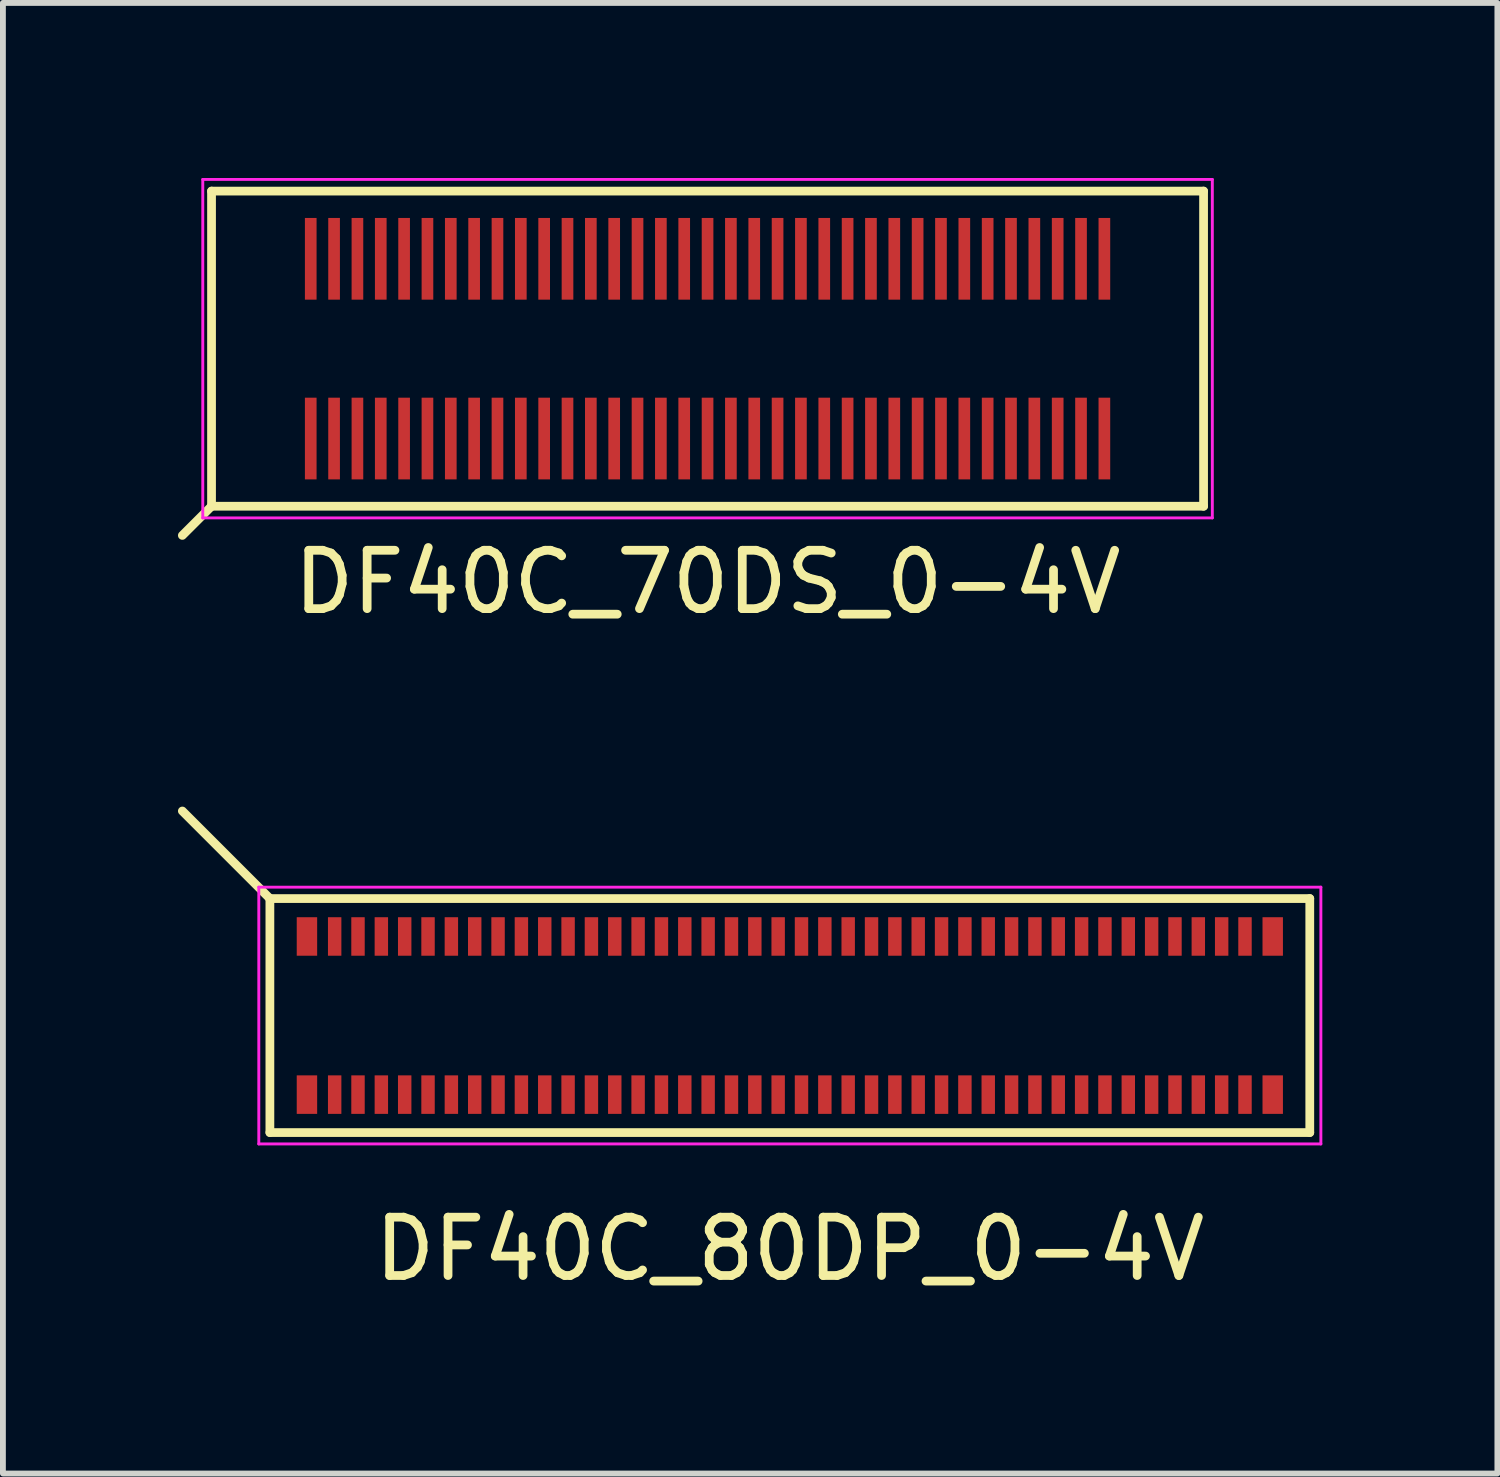
<source format=kicad_pcb>
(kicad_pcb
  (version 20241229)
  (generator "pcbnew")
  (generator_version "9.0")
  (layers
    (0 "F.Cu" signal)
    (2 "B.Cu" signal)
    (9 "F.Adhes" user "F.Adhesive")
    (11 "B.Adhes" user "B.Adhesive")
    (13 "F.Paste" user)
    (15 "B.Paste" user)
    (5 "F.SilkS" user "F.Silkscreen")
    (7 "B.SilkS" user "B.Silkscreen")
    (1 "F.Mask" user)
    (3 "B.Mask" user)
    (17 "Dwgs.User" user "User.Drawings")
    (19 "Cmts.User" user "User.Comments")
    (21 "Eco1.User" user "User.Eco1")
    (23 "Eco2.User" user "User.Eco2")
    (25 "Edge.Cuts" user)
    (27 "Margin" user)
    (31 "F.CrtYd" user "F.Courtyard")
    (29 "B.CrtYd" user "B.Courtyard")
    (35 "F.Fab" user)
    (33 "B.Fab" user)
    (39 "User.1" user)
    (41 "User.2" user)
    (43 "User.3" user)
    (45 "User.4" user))
  (footprint "DF40C_70DS_0-4V"
    (layer "F.Cu")
    (at 9.075 2.925)
    (property "Reference" "DF40C_70DS_0-4V" (at 0 4 0) (layer "F.SilkS") (effects (font (size 1 1) (thickness 0.15))))
    (attr smd)
    (fp_line (start -8.5 -2.7) (end -8.5 2.7) (stroke (width 0.15) (type solid)) (layer "F.SilkS"))
    (fp_line (start -8.5 -2.7) (end 8.5 -2.7) (stroke (width 0.15) (type solid)) (layer "F.SilkS"))
    (fp_line (start -8.5 2.7) (end -9 3.2) (stroke (width 0.15) (type solid)) (layer "F.SilkS"))
    (fp_line (start 8.5 2.7) (end -8.5 2.7) (stroke (width 0.15) (type solid)) (layer "F.SilkS"))
    (fp_line (start 8.5 2.7) (end 8.5 -2.7) (stroke (width 0.15) (type solid)) (layer "F.SilkS"))
    (fp_line (start -8.65 -2.9) (end -8.65 2.9) (stroke (width 0.05) (type solid)) (layer "F.CrtYd"))
    (fp_line (start -8.65 -2.9) (end 8.65 -2.9) (stroke (width 0.05) (type solid)) (layer "F.CrtYd"))
    (fp_line (start 8.65 2.9) (end -8.65 2.9) (stroke (width 0.05) (type solid)) (layer "F.CrtYd"))
    (fp_line (start 8.65 2.9) (end 8.65 -2.9) (stroke (width 0.05) (type solid)) (layer "F.CrtYd"))
    (pad "1" smd rect (at -6.8 1.54) (size 0.2 1.4) (layers "F.Cu" "F.Mask" "F.Paste"))
    (pad "2" smd rect (at -6.8 -1.54) (size 0.2 1.4) (layers "F.Cu" "F.Mask" "F.Paste"))
    (pad "3" smd rect (at -6.4 1.54) (size 0.2 1.4) (layers "F.Cu" "F.Mask" "F.Paste"))
    (pad "4" smd rect (at -6.4 -1.54) (size 0.2 1.4) (layers "F.Cu" "F.Mask" "F.Paste"))
    (pad "5" smd rect (at -6 1.54) (size 0.2 1.4) (layers "F.Cu" "F.Mask" "F.Paste"))
    (pad "6" smd rect (at -6 -1.54) (size 0.2 1.4) (layers "F.Cu" "F.Mask" "F.Paste"))
    (pad "7" smd rect (at -5.6 1.54) (size 0.2 1.4) (layers "F.Cu" "F.Mask" "F.Paste"))
    (pad "8" smd rect (at -5.6 -1.54) (size 0.2 1.4) (layers "F.Cu" "F.Mask" "F.Paste"))
    (pad "9" smd rect (at -5.2 1.54) (size 0.2 1.4) (layers "F.Cu" "F.Mask" "F.Paste"))
    (pad "10" smd rect (at -5.2 -1.54) (size 0.2 1.4) (layers "F.Cu" "F.Mask" "F.Paste"))
    (pad "11" smd rect (at -4.8 1.54) (size 0.2 1.4) (layers "F.Cu" "F.Mask" "F.Paste"))
    (pad "12" smd rect (at -4.8 -1.54) (size 0.2 1.4) (layers "F.Cu" "F.Mask" "F.Paste"))
    (pad "13" smd rect (at -4.4 1.54) (size 0.2 1.4) (layers "F.Cu" "F.Mask" "F.Paste"))
    (pad "14" smd rect (at -4.4 -1.54) (size 0.2 1.4) (layers "F.Cu" "F.Mask" "F.Paste"))
    (pad "15" smd rect (at -4 1.54) (size 0.2 1.4) (layers "F.Cu" "F.Mask" "F.Paste"))
    (pad "16" smd rect (at -4 -1.54) (size 0.2 1.4) (layers "F.Cu" "F.Mask" "F.Paste"))
    (pad "17" smd rect (at -3.6 1.54) (size 0.2 1.4) (layers "F.Cu" "F.Mask" "F.Paste"))
    (pad "18" smd rect (at -3.6 -1.54) (size 0.2 1.4) (layers "F.Cu" "F.Mask" "F.Paste"))
    (pad "19" smd rect (at -3.2 1.54) (size 0.2 1.4) (layers "F.Cu" "F.Mask" "F.Paste"))
    (pad "20" smd rect (at -3.2 -1.54) (size 0.2 1.4) (layers "F.Cu" "F.Mask" "F.Paste"))
    (pad "21" smd rect (at -2.8 1.54) (size 0.2 1.4) (layers "F.Cu" "F.Mask" "F.Paste"))
    (pad "22" smd rect (at -2.8 -1.54) (size 0.2 1.4) (layers "F.Cu" "F.Mask" "F.Paste"))
    (pad "23" smd rect (at -2.4 1.54) (size 0.2 1.4) (layers "F.Cu" "F.Mask" "F.Paste"))
    (pad "24" smd rect (at -2.4 -1.54) (size 0.2 1.4) (layers "F.Cu" "F.Mask" "F.Paste"))
    (pad "25" smd rect (at -2 1.54) (size 0.2 1.4) (layers "F.Cu" "F.Mask" "F.Paste"))
    (pad "26" smd rect (at -2 -1.54) (size 0.2 1.4) (layers "F.Cu" "F.Mask" "F.Paste"))
    (pad "27" smd rect (at -1.6 1.54) (size 0.2 1.4) (layers "F.Cu" "F.Mask" "F.Paste"))
    (pad "28" smd rect (at -1.6 -1.54) (size 0.2 1.4) (layers "F.Cu" "F.Mask" "F.Paste"))
    (pad "29" smd rect (at -1.2 1.54) (size 0.2 1.4) (layers "F.Cu" "F.Mask" "F.Paste"))
    (pad "30" smd rect (at -1.2 -1.54) (size 0.2 1.4) (layers "F.Cu" "F.Mask" "F.Paste"))
    (pad "31" smd rect (at -0.8 1.54) (size 0.2 1.4) (layers "F.Cu" "F.Mask" "F.Paste"))
    (pad "32" smd rect (at -0.8 -1.54) (size 0.2 1.4) (layers "F.Cu" "F.Mask" "F.Paste"))
    (pad "33" smd rect (at -0.4 1.54) (size 0.2 1.4) (layers "F.Cu" "F.Mask" "F.Paste"))
    (pad "34" smd rect (at -0.4 -1.54) (size 0.2 1.4) (layers "F.Cu" "F.Mask" "F.Paste"))
    (pad "35" smd rect (at 0 1.54) (size 0.2 1.4) (layers "F.Cu" "F.Mask" "F.Paste"))
    (pad "36" smd rect (at 0 -1.54) (size 0.2 1.4) (layers "F.Cu" "F.Mask" "F.Paste"))
    (pad "37" smd rect (at 0.4 1.54) (size 0.2 1.4) (layers "F.Cu" "F.Mask" "F.Paste"))
    (pad "38" smd rect (at 0.4 -1.54) (size 0.2 1.4) (layers "F.Cu" "F.Mask" "F.Paste"))
    (pad "39" smd rect (at 0.8 1.54) (size 0.2 1.4) (layers "F.Cu" "F.Mask" "F.Paste"))
    (pad "40" smd rect (at 0.8 -1.54) (size 0.2 1.4) (layers "F.Cu" "F.Mask" "F.Paste"))
    (pad "41" smd rect (at 1.2 1.54) (size 0.2 1.4) (layers "F.Cu" "F.Mask" "F.Paste"))
    (pad "42" smd rect (at 1.2 -1.54) (size 0.2 1.4) (layers "F.Cu" "F.Mask" "F.Paste"))
    (pad "43" smd rect (at 1.6 1.54) (size 0.2 1.4) (layers "F.Cu" "F.Mask" "F.Paste"))
    (pad "44" smd rect (at 1.6 -1.54) (size 0.2 1.4) (layers "F.Cu" "F.Mask" "F.Paste"))
    (pad "45" smd rect (at 2 1.54) (size 0.2 1.4) (layers "F.Cu" "F.Mask" "F.Paste"))
    (pad "46" smd rect (at 2 -1.54) (size 0.2 1.4) (layers "F.Cu" "F.Mask" "F.Paste"))
    (pad "47" smd rect (at 2.4 1.54) (size 0.2 1.4) (layers "F.Cu" "F.Mask" "F.Paste"))
    (pad "48" smd rect (at 2.4 -1.54) (size 0.2 1.4) (layers "F.Cu" "F.Mask" "F.Paste"))
    (pad "49" smd rect (at 2.8 1.54) (size 0.2 1.4) (layers "F.Cu" "F.Mask" "F.Paste"))
    (pad "50" smd rect (at 2.8 -1.54) (size 0.2 1.4) (layers "F.Cu" "F.Mask" "F.Paste"))
    (pad "51" smd rect (at 3.2 1.54) (size 0.2 1.4) (layers "F.Cu" "F.Mask" "F.Paste"))
    (pad "52" smd rect (at 3.2 -1.54) (size 0.2 1.4) (layers "F.Cu" "F.Mask" "F.Paste"))
    (pad "53" smd rect (at 3.6 1.54) (size 0.2 1.4) (layers "F.Cu" "F.Mask" "F.Paste"))
    (pad "54" smd rect (at 3.6 -1.54) (size 0.2 1.4) (layers "F.Cu" "F.Mask" "F.Paste"))
    (pad "55" smd rect (at 4 1.54) (size 0.2 1.4) (layers "F.Cu" "F.Mask" "F.Paste"))
    (pad "56" smd rect (at 4 -1.54) (size 0.2 1.4) (layers "F.Cu" "F.Mask" "F.Paste"))
    (pad "57" smd rect (at 4.4 1.54) (size 0.2 1.4) (layers "F.Cu" "F.Mask" "F.Paste"))
    (pad "58" smd rect (at 4.4 -1.54) (size 0.2 1.4) (layers "F.Cu" "F.Mask" "F.Paste"))
    (pad "59" smd rect (at 4.8 1.54) (size 0.2 1.4) (layers "F.Cu" "F.Mask" "F.Paste"))
    (pad "60" smd rect (at 4.8 -1.54) (size 0.2 1.4) (layers "F.Cu" "F.Mask" "F.Paste"))
    (pad "61" smd rect (at 5.2 1.54) (size 0.2 1.4) (layers "F.Cu" "F.Mask" "F.Paste"))
    (pad "62" smd rect (at 5.2 -1.54) (size 0.2 1.4) (layers "F.Cu" "F.Mask" "F.Paste"))
    (pad "63" smd rect (at 5.6 1.54) (size 0.2 1.4) (layers "F.Cu" "F.Mask" "F.Paste"))
    (pad "64" smd rect (at 5.6 -1.54) (size 0.2 1.4) (layers "F.Cu" "F.Mask" "F.Paste"))
    (pad "65" smd rect (at 6 1.54) (size 0.2 1.4) (layers "F.Cu" "F.Mask" "F.Paste"))
    (pad "66" smd rect (at 6 -1.54) (size 0.2 1.4) (layers "F.Cu" "F.Mask" "F.Paste"))
    (pad "67" smd rect (at 6.4 1.54) (size 0.2 1.4) (layers "F.Cu" "F.Mask" "F.Paste"))
    (pad "68" smd rect (at 6.4 -1.54) (size 0.2 1.4) (layers "F.Cu" "F.Mask" "F.Paste"))
    (pad "69" smd rect (at 6.8 1.54) (size 0.2 1.4) (layers "F.Cu" "F.Mask" "F.Paste"))
    (pad "70" smd rect (at 6.8 -1.54) (size 0.2 1.4) (layers "F.Cu" "F.Mask" "F.Paste")))
  (footprint "DF40C_80DP_0-4V"
    (layer "F.Cu")
    (at 10.485 14.353)
    (property "Reference" "DF40C_80DP_0-4V" (at 0 4 0) (layer "F.SilkS") (effects (font (size 1 1) (thickness 0.15))))
    (attr smd)
    (fp_line (start -8.91 -2.005) (end -10.41 -3.505) (stroke (width 0.15) (type solid)) (layer "F.SilkS"))
    (fp_line (start -8.91 -2.005) (end -8.91 2.005) (stroke (width 0.15) (type solid)) (layer "F.SilkS"))
    (fp_line (start -8.91 -2.005) (end 8.91 -2.005) (stroke (width 0.15) (type solid)) (layer "F.SilkS"))
    (fp_line (start 8.91 2.005) (end -8.91 2.005) (stroke (width 0.15) (type solid)) (layer "F.SilkS"))
    (fp_line (start 8.91 2.005) (end 8.91 -2.005) (stroke (width 0.15) (type solid)) (layer "F.SilkS"))
    (fp_line (start -9.1 -2.2) (end -9.1 2.2) (stroke (width 0.05) (type solid)) (layer "F.CrtYd"))
    (fp_line (start -9.1 -2.2) (end 9.1 -2.2) (stroke (width 0.05) (type solid)) (layer "F.CrtYd"))
    (fp_line (start 9.1 2.2) (end -9.1 2.2) (stroke (width 0.05) (type solid)) (layer "F.CrtYd"))
    (fp_line (start 9.1 2.2) (end 9.1 -2.2) (stroke (width 0.05) (type solid)) (layer "F.CrtYd"))
    (pad "1" smd rect (at -7.8 -1.355) (size 0.23 0.66) (layers "F.Cu" "F.Mask" "F.Paste"))
    (pad "2" smd rect (at -7.8 1.355) (size 0.23 0.66) (layers "F.Cu" "F.Mask" "F.Paste"))
    (pad "3" smd rect (at -7.4 1.355) (size 0.23 0.66) (layers "F.Cu" "F.Mask" "F.Paste"))
    (pad "4" smd rect (at -7.4 -1.355) (size 0.23 0.66) (layers "F.Cu" "F.Mask" "F.Paste"))
    (pad "5" smd rect (at -7 1.355) (size 0.23 0.66) (layers "F.Cu" "F.Mask" "F.Paste"))
    (pad "6" smd rect (at -7 -1.355) (size 0.23 0.66) (layers "F.Cu" "F.Mask" "F.Paste"))
    (pad "7" smd rect (at -6.6 1.355) (size 0.23 0.66) (layers "F.Cu" "F.Mask" "F.Paste"))
    (pad "8" smd rect (at -6.6 -1.355) (size 0.23 0.66) (layers "F.Cu" "F.Mask" "F.Paste"))
    (pad "9" smd rect (at -6.2 1.355) (size 0.23 0.66) (layers "F.Cu" "F.Mask" "F.Paste"))
    (pad "10" smd rect (at -6.2 -1.355) (size 0.23 0.66) (layers "F.Cu" "F.Mask" "F.Paste"))
    (pad "11" smd rect (at -5.8 1.355) (size 0.23 0.66) (layers "F.Cu" "F.Mask" "F.Paste"))
    (pad "12" smd rect (at -5.8 -1.355) (size 0.23 0.66) (layers "F.Cu" "F.Mask" "F.Paste"))
    (pad "13" smd rect (at -5.4 1.355) (size 0.23 0.66) (layers "F.Cu" "F.Mask" "F.Paste"))
    (pad "14" smd rect (at -5.4 -1.355) (size 0.23 0.66) (layers "F.Cu" "F.Mask" "F.Paste"))
    (pad "15" smd rect (at -5 1.355) (size 0.23 0.66) (layers "F.Cu" "F.Mask" "F.Paste"))
    (pad "16" smd rect (at -5 -1.355) (size 0.23 0.66) (layers "F.Cu" "F.Mask" "F.Paste"))
    (pad "17" smd rect (at -4.6 1.355) (size 0.23 0.66) (layers "F.Cu" "F.Mask" "F.Paste"))
    (pad "18" smd rect (at -4.6 -1.355) (size 0.23 0.66) (layers "F.Cu" "F.Mask" "F.Paste"))
    (pad "19" smd rect (at -4.2 1.355) (size 0.23 0.66) (layers "F.Cu" "F.Mask" "F.Paste"))
    (pad "20" smd rect (at -4.2 -1.355) (size 0.23 0.66) (layers "F.Cu" "F.Mask" "F.Paste"))
    (pad "21" smd rect (at -3.8 1.355) (size 0.23 0.66) (layers "F.Cu" "F.Mask" "F.Paste"))
    (pad "22" smd rect (at -3.8 -1.355) (size 0.23 0.66) (layers "F.Cu" "F.Mask" "F.Paste"))
    (pad "23" smd rect (at -3.4 1.355) (size 0.23 0.66) (layers "F.Cu" "F.Mask" "F.Paste"))
    (pad "24" smd rect (at -3.4 -1.355) (size 0.23 0.66) (layers "F.Cu" "F.Mask" "F.Paste"))
    (pad "25" smd rect (at -3 1.355) (size 0.23 0.66) (layers "F.Cu" "F.Mask" "F.Paste"))
    (pad "26" smd rect (at -3 -1.355) (size 0.23 0.66) (layers "F.Cu" "F.Mask" "F.Paste"))
    (pad "27" smd rect (at -2.6 1.355) (size 0.23 0.66) (layers "F.Cu" "F.Mask" "F.Paste"))
    (pad "28" smd rect (at -2.6 -1.355) (size 0.23 0.66) (layers "F.Cu" "F.Mask" "F.Paste"))
    (pad "29" smd rect (at -2.2 1.355) (size 0.23 0.66) (layers "F.Cu" "F.Mask" "F.Paste"))
    (pad "30" smd rect (at -2.2 -1.355) (size 0.23 0.66) (layers "F.Cu" "F.Mask" "F.Paste"))
    (pad "31" smd rect (at -1.8 1.355) (size 0.23 0.66) (layers "F.Cu" "F.Mask" "F.Paste"))
    (pad "32" smd rect (at -1.8 -1.355) (size 0.23 0.66) (layers "F.Cu" "F.Mask" "F.Paste"))
    (pad "33" smd rect (at -1.4 1.355) (size 0.23 0.66) (layers "F.Cu" "F.Mask" "F.Paste"))
    (pad "34" smd rect (at -1.4 -1.355) (size 0.23 0.66) (layers "F.Cu" "F.Mask" "F.Paste"))
    (pad "35" smd rect (at -1 1.355) (size 0.23 0.66) (layers "F.Cu" "F.Mask" "F.Paste"))
    (pad "36" smd rect (at -1 -1.355) (size 0.23 0.66) (layers "F.Cu" "F.Mask" "F.Paste"))
    (pad "37" smd rect (at -0.6 1.355) (size 0.23 0.66) (layers "F.Cu" "F.Mask" "F.Paste"))
    (pad "38" smd rect (at -0.6 -1.355) (size 0.23 0.66) (layers "F.Cu" "F.Mask" "F.Paste"))
    (pad "39" smd rect (at -0.2 1.355) (size 0.23 0.66) (layers "F.Cu" "F.Mask" "F.Paste"))
    (pad "40" smd rect (at -0.2 -1.355) (size 0.23 0.66) (layers "F.Cu" "F.Mask" "F.Paste"))
    (pad "41" smd rect (at 0.2 1.355) (size 0.23 0.66) (layers "F.Cu" "F.Mask" "F.Paste"))
    (pad "42" smd rect (at 0.2 -1.355) (size 0.23 0.66) (layers "F.Cu" "F.Mask" "F.Paste"))
    (pad "43" smd rect (at 0.6 1.355) (size 0.23 0.66) (layers "F.Cu" "F.Mask" "F.Paste"))
    (pad "44" smd rect (at 0.6 -1.355) (size 0.23 0.66) (layers "F.Cu" "F.Mask" "F.Paste"))
    (pad "45" smd rect (at 1 1.355) (size 0.23 0.66) (layers "F.Cu" "F.Mask" "F.Paste"))
    (pad "46" smd rect (at 1 -1.355) (size 0.23 0.66) (layers "F.Cu" "F.Mask" "F.Paste"))
    (pad "47" smd rect (at 1.4 1.355) (size 0.23 0.66) (layers "F.Cu" "F.Mask" "F.Paste"))
    (pad "48" smd rect (at 1.4 -1.355) (size 0.23 0.66) (layers "F.Cu" "F.Mask" "F.Paste"))
    (pad "49" smd rect (at 1.8 1.355) (size 0.23 0.66) (layers "F.Cu" "F.Mask" "F.Paste"))
    (pad "50" smd rect (at 1.8 -1.355) (size 0.23 0.66) (layers "F.Cu" "F.Mask" "F.Paste"))
    (pad "51" smd rect (at 2.2 1.355) (size 0.23 0.66) (layers "F.Cu" "F.Mask" "F.Paste"))
    (pad "52" smd rect (at 2.2 -1.355) (size 0.23 0.66) (layers "F.Cu" "F.Mask" "F.Paste"))
    (pad "53" smd rect (at 2.6 1.355) (size 0.23 0.66) (layers "F.Cu" "F.Mask" "F.Paste"))
    (pad "54" smd rect (at 2.6 -1.355) (size 0.23 0.66) (layers "F.Cu" "F.Mask" "F.Paste"))
    (pad "55" smd rect (at 3 1.355) (size 0.23 0.66) (layers "F.Cu" "F.Mask" "F.Paste"))
    (pad "56" smd rect (at 3 -1.355) (size 0.23 0.66) (layers "F.Cu" "F.Mask" "F.Paste"))
    (pad "57" smd rect (at 3.4 1.355) (size 0.23 0.66) (layers "F.Cu" "F.Mask" "F.Paste"))
    (pad "58" smd rect (at 3.4 -1.355) (size 0.23 0.66) (layers "F.Cu" "F.Mask" "F.Paste"))
    (pad "59" smd rect (at 3.8 1.355) (size 0.23 0.66) (layers "F.Cu" "F.Mask" "F.Paste"))
    (pad "60" smd rect (at 3.8 -1.355) (size 0.23 0.66) (layers "F.Cu" "F.Mask" "F.Paste"))
    (pad "61" smd rect (at 4.2 1.355) (size 0.23 0.66) (layers "F.Cu" "F.Mask" "F.Paste"))
    (pad "62" smd rect (at 4.2 -1.355) (size 0.23 0.66) (layers "F.Cu" "F.Mask" "F.Paste"))
    (pad "63" smd rect (at 4.6 1.355) (size 0.23 0.66) (layers "F.Cu" "F.Mask" "F.Paste"))
    (pad "64" smd rect (at 4.6 -1.355) (size 0.23 0.66) (layers "F.Cu" "F.Mask" "F.Paste"))
    (pad "65" smd rect (at 5 1.355) (size 0.23 0.66) (layers "F.Cu" "F.Mask" "F.Paste"))
    (pad "66" smd rect (at 5 -1.355) (size 0.23 0.66) (layers "F.Cu" "F.Mask" "F.Paste"))
    (pad "67" smd rect (at 5.4 1.355) (size 0.23 0.66) (layers "F.Cu" "F.Mask" "F.Paste"))
    (pad "68" smd rect (at 5.4 -1.355) (size 0.23 0.66) (layers "F.Cu" "F.Mask" "F.Paste"))
    (pad "69" smd rect (at 5.8 1.355) (size 0.23 0.66) (layers "F.Cu" "F.Mask" "F.Paste"))
    (pad "70" smd rect (at 5.8 -1.355) (size 0.23 0.66) (layers "F.Cu" "F.Mask" "F.Paste"))
    (pad "71" smd rect (at 6.2 1.355) (size 0.23 0.66) (layers "F.Cu" "F.Mask" "F.Paste"))
    (pad "72" smd rect (at 6.2 -1.355) (size 0.23 0.66) (layers "F.Cu" "F.Mask" "F.Paste"))
    (pad "73" smd rect (at 6.6 1.355) (size 0.23 0.66) (layers "F.Cu" "F.Mask" "F.Paste"))
    (pad "74" smd rect (at 6.6 -1.355) (size 0.23 0.66) (layers "F.Cu" "F.Mask" "F.Paste"))
    (pad "75" smd rect (at 7 1.355) (size 0.23 0.66) (layers "F.Cu" "F.Mask" "F.Paste"))
    (pad "76" smd rect (at 7 -1.355) (size 0.23 0.66) (layers "F.Cu" "F.Mask" "F.Paste"))
    (pad "77" smd rect (at 7.4 1.355) (size 0.23 0.66) (layers "F.Cu" "F.Mask" "F.Paste"))
    (pad "78" smd rect (at 7.4 -1.355) (size 0.23 0.66) (layers "F.Cu" "F.Mask" "F.Paste"))
    (pad "79" smd rect (at 7.8 1.355) (size 0.23 0.66) (layers "F.Cu" "F.Mask" "F.Paste"))
    (pad "80" smd rect (at 7.8 -1.355) (size 0.23 0.66) (layers "F.Cu" "F.Mask" "F.Paste"))
    (pad "GND" smd rect (at -8.275 -1.355) (size 0.35 0.66) (layers "F.Cu" "F.Mask" "F.Paste"))
    (pad "GND" smd rect (at -8.275 1.355) (size 0.35 0.66) (layers "F.Cu" "F.Mask" "F.Paste"))
    (pad "GND" smd rect (at 8.275 -1.355) (size 0.35 0.66) (layers "F.Cu" "F.Mask" "F.Paste"))
    (pad "GND" smd rect (at 8.275 1.355) (size 0.35 0.66) (layers "F.Cu" "F.Mask" "F.Paste")))
  (gr_rect
    (start -3 -3)
    (end 22.61 22.201)
    (stroke (width 0.1) (type default))
    (fill no)
    (layer "Edge.Cuts")))
</source>
